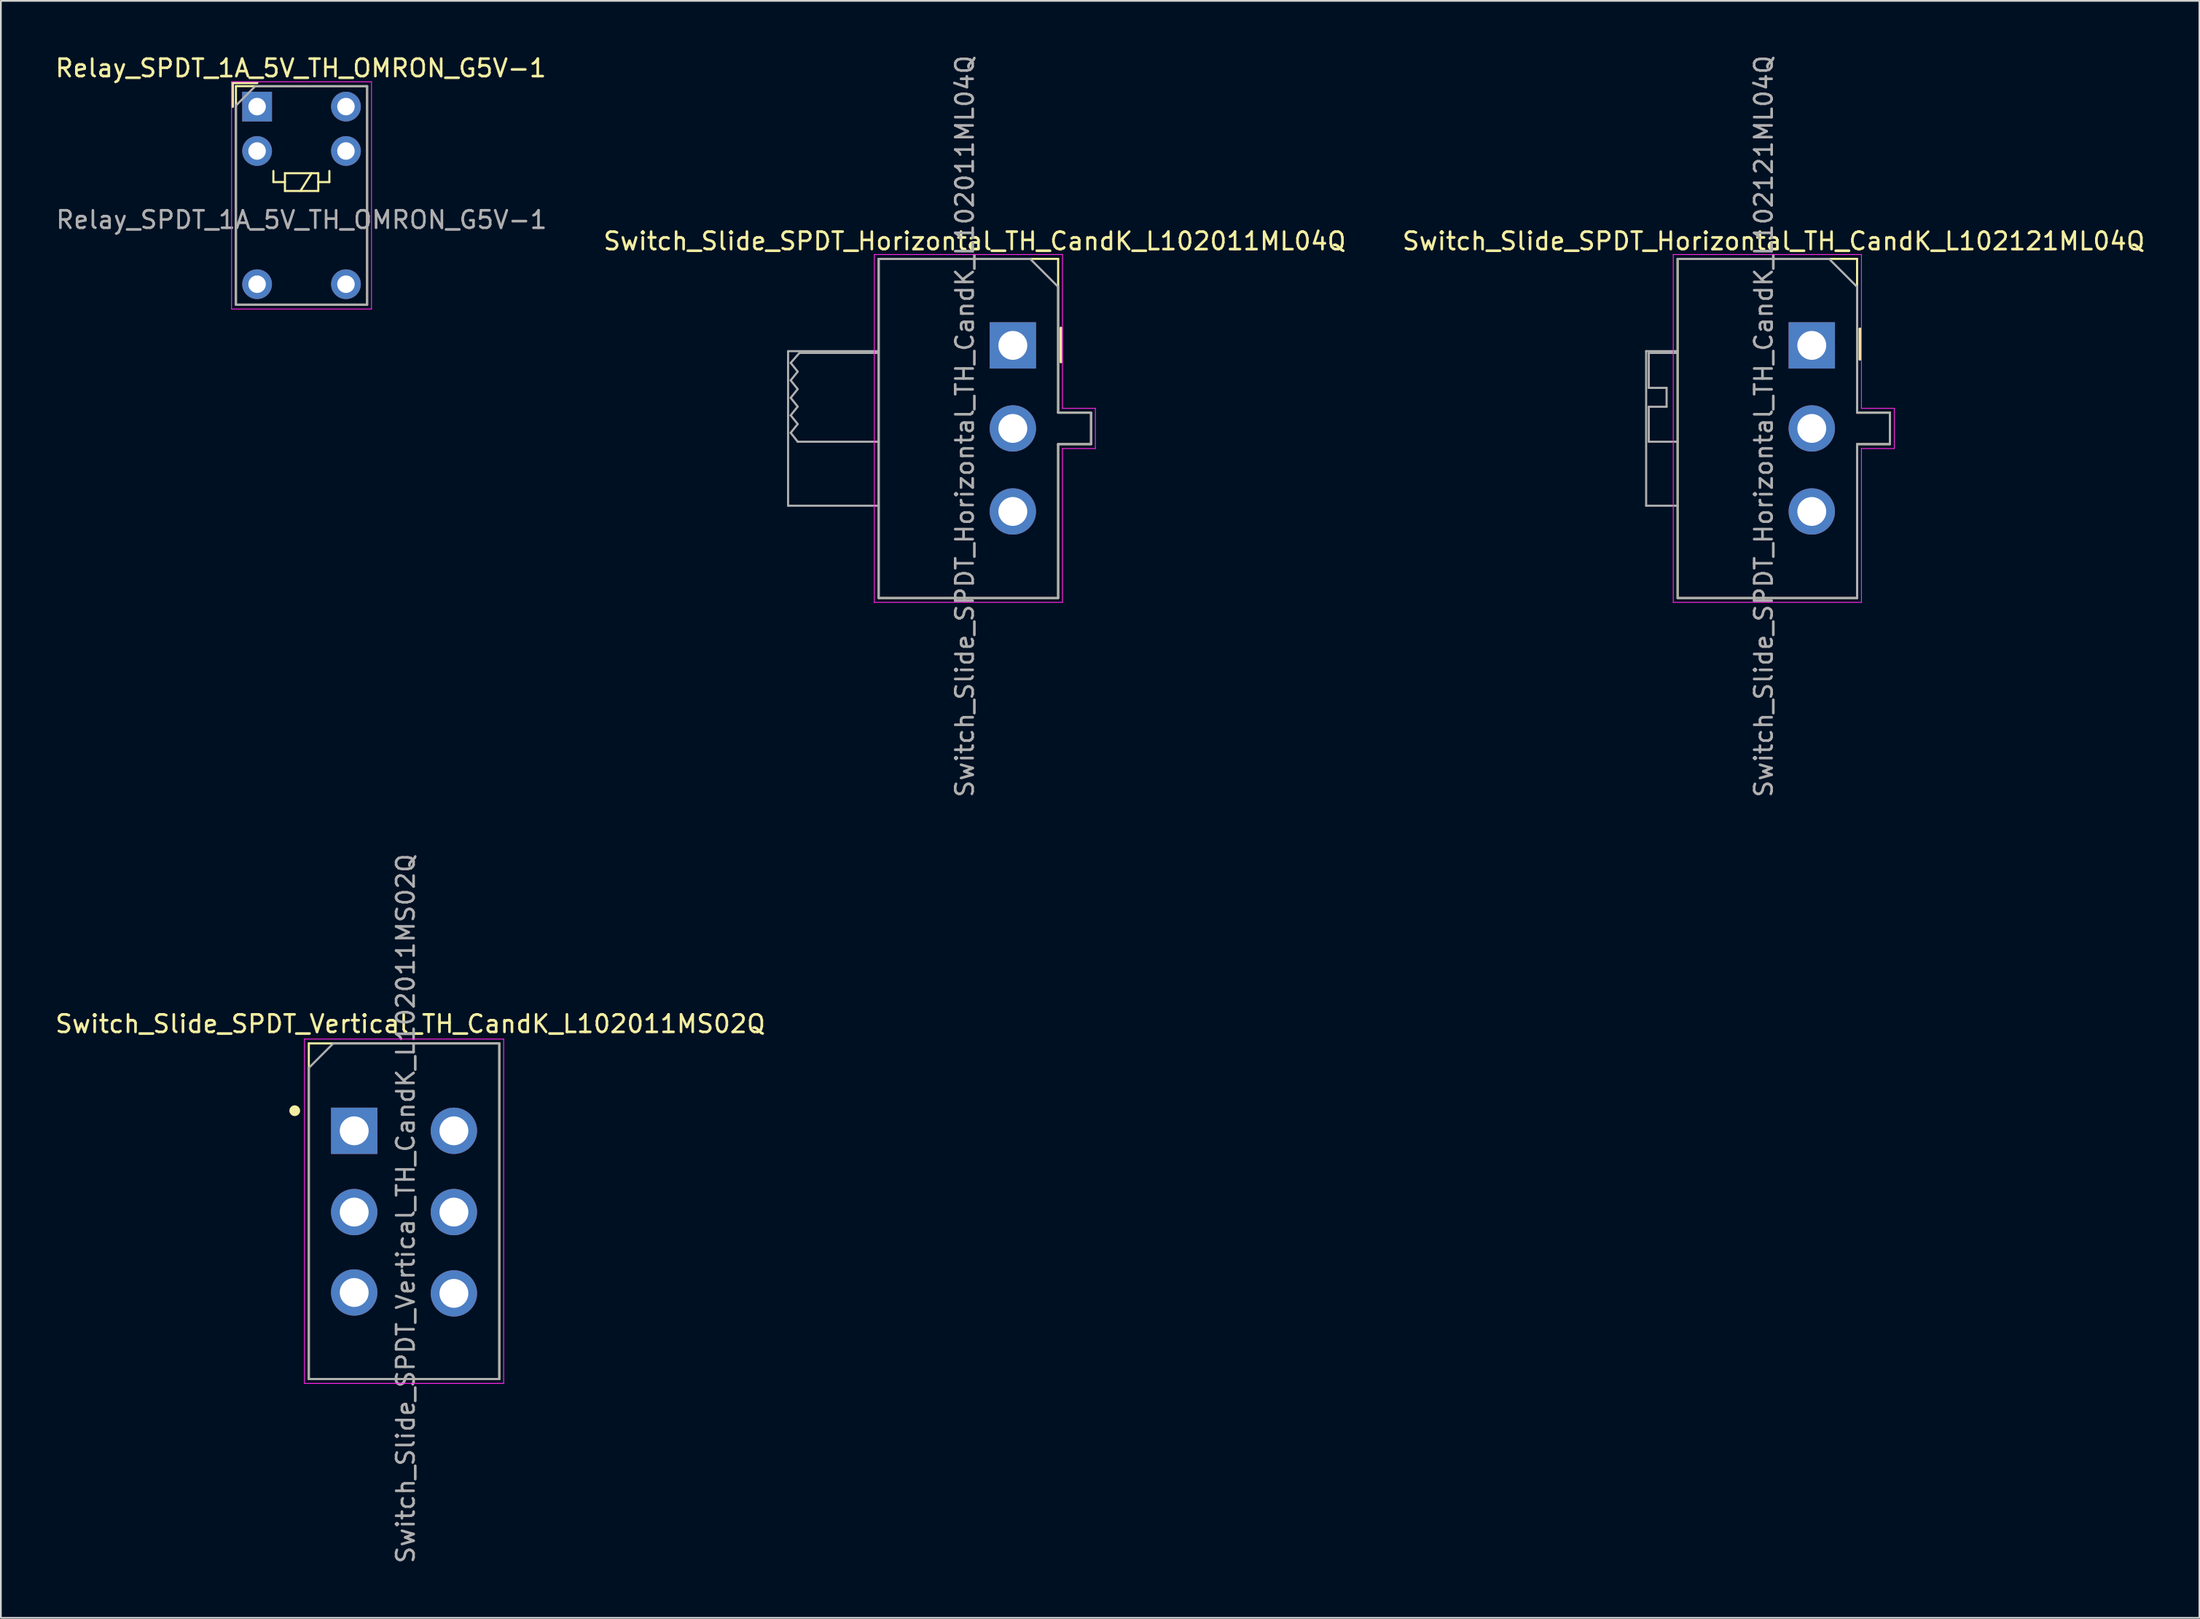
<source format=kicad_pcb>
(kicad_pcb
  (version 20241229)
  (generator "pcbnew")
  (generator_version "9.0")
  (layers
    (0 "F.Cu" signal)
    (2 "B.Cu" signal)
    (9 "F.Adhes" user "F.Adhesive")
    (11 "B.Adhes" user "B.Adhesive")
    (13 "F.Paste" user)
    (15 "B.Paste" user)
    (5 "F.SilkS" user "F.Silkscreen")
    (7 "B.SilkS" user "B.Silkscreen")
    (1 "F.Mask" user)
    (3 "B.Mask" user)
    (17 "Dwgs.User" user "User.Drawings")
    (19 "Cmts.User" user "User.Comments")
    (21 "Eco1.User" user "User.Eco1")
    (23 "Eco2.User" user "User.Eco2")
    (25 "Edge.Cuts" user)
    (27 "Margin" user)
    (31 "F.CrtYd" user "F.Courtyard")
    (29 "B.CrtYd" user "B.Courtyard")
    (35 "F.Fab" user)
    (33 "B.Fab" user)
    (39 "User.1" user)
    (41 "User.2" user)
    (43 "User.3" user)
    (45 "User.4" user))
  (footprint "Switch_Slide_SPDT_Horizontal_TH_CandK_L102121ML04Q"
    (layer "F.Cu")
    (at 100.535 16.709)
    (property "Reference" "Switch_Slide_SPDT_Horizontal_TH_CandK_L102121ML04Q" (at -2.18 -5.965 0) (unlocked yes) (layer "F.SilkS") (effects (font (size 1 1) (thickness 0.15))))
    (attr through_hole)
    (fp_line (start -7.67 -4.95) (end -7.67 14.45) (stroke (width 0.12) (type solid)) (layer "F.SilkS"))
    (fp_line (start -7.67 14.45) (end 2.59 14.45) (stroke (width 0.12) (type solid)) (layer "F.SilkS"))
    (fp_line (start 2.59 -4.95) (end -7.67 -4.95) (stroke (width 0.12) (type solid)) (layer "F.SilkS"))
    (fp_line (start 2.59 -4.95) (end 2.59 3.85) (stroke (width 0.12) (type solid)) (layer "F.SilkS"))
    (fp_line (start 2.59 3.85) (end 4.47 3.85) (stroke (width 0.12) (type solid)) (layer "F.SilkS"))
    (fp_line (start 2.59 5.65) (end 2.59 14.45) (stroke (width 0.12) (type solid)) (layer "F.SilkS"))
    (fp_line (start 2.59 5.65) (end 4.47 5.65) (stroke (width 0.12) (type solid)) (layer "F.SilkS"))
    (fp_line (start 2.75 -0.95) (end 2.75 0.8) (stroke (width 0.15) (type solid)) (layer "F.SilkS"))
    (fp_line (start 4.47 3.85) (end 4.47 5.65) (stroke (width 0.12) (type solid)) (layer "F.SilkS"))
    (fp_line (start -7.92 -5.2) (end 2.84 -5.2) (stroke (width 0.05) (type solid)) (layer "F.CrtYd"))
    (fp_line (start -7.92 14.7) (end -7.92 -5.2) (stroke (width 0.05) (type solid)) (layer "F.CrtYd"))
    (fp_line (start 2.84 -5.2) (end 2.84 3.6) (stroke (width 0.05) (type solid)) (layer "F.CrtYd"))
    (fp_line (start 2.84 3.6) (end 4.72 3.6) (stroke (width 0.05) (type solid)) (layer "F.CrtYd"))
    (fp_line (start 2.84 5.9) (end 2.84 14.7) (stroke (width 0.05) (type solid)) (layer "F.CrtYd"))
    (fp_line (start 2.84 14.7) (end -7.92 14.7) (stroke (width 0.05) (type solid)) (layer "F.CrtYd"))
    (fp_line (start 4.72 3.6) (end 4.72 5.9) (stroke (width 0.05) (type solid)) (layer "F.CrtYd"))
    (fp_line (start 4.72 5.9) (end 2.84 5.9) (stroke (width 0.05) (type solid)) (layer "F.CrtYd"))
    (fp_line (start -9.47 9.17) (end -9.47 0.33) (stroke (width 0.12) (type solid)) (layer "F.Fab"))
    (fp_line (start -9.32 0.43) (end -9.32 2.43) (stroke (width 0.12) (type solid)) (layer "F.Fab"))
    (fp_line (start -9.32 2.43) (end -8.3 2.43) (stroke (width 0.12) (type solid)) (layer "F.Fab"))
    (fp_line (start -9.32 3.51) (end -9.32 5.51) (stroke (width 0.12) (type solid)) (layer "F.Fab"))
    (fp_line (start -9.32 3.51) (end -8.3 3.51) (stroke (width 0.12) (type solid)) (layer "F.Fab"))
    (fp_line (start -8.3 3.51) (end -8.3 2.43) (stroke (width 0.12) (type solid)) (layer "F.Fab"))
    (fp_line (start -7.67 -4.95) (end 0.99 -4.95) (stroke (width 0.12) (type solid)) (layer "F.Fab"))
    (fp_line (start -7.67 0.33) (end -9.47 0.33) (stroke (width 0.12) (type solid)) (layer "F.Fab"))
    (fp_line (start -7.67 0.43) (end -9.32 0.43) (stroke (width 0.12) (type solid)) (layer "F.Fab"))
    (fp_line (start -7.67 5.51) (end -9.32 5.51) (stroke (width 0.12) (type solid)) (layer "F.Fab"))
    (fp_line (start -7.67 9.17) (end -9.47 9.17) (stroke (width 0.12) (type solid)) (layer "F.Fab"))
    (fp_line (start -7.67 14.45) (end -7.67 -4.95) (stroke (width 0.12) (type solid)) (layer "F.Fab"))
    (fp_line (start 0.99 -4.95) (end 2.59 -3.35) (stroke (width 0.12) (type solid)) (layer "F.Fab"))
    (fp_line (start 2.59 -3.35) (end 2.59 3.85) (stroke (width 0.12) (type solid)) (layer "F.Fab"))
    (fp_line (start 2.59 3.85) (end 4.47 3.85) (stroke (width 0.12) (type solid)) (layer "F.Fab"))
    (fp_line (start 2.59 5.65) (end 2.59 14.45) (stroke (width 0.12) (type solid)) (layer "F.Fab"))
    (fp_line (start 2.59 5.65) (end 4.47 5.65) (stroke (width 0.12) (type solid)) (layer "F.Fab"))
    (fp_line (start 2.59 14.45) (end -7.67 14.45) (stroke (width 0.12) (type solid)) (layer "F.Fab"))
    (fp_line (start 4.47 3.85) (end 4.47 5.65) (stroke (width 0.12) (type solid)) (layer "F.Fab"))
    (fp_text user "${REFERENCE}" (at -2.75 4.63 270) (layer "F.Fab") (effects (font (size 1 1) (thickness 0.15))))
    (pad "1" thru_hole rect (at 0 0) (size 2.65 2.65) (drill 1.65) (layers "*.Cu" "*.Mask"))
    (pad "2" thru_hole circle (at 0 4.75) (size 2.65 2.65) (drill 1.65) (layers "*.Cu" "*.Mask"))
    (pad "3" thru_hole circle (at 0 9.5) (size 2.65 2.65) (drill 1.65) (layers "*.Cu" "*.Mask")))
  (footprint "Switch_Slide_SPDT_Horizontal_TH_CandK_L102011ML04Q"
    (layer "F.Cu")
    (at 54.857 16.709)
    (property "Reference" "Switch_Slide_SPDT_Horizontal_TH_CandK_L102011ML04Q" (at -2.18 -5.965 0) (unlocked yes) (layer "F.SilkS") (effects (font (size 1 1) (thickness 0.15))))
    (attr through_hole)
    (fp_line (start -7.67 -4.95) (end -7.67 14.45) (stroke (width 0.12) (type solid)) (layer "F.SilkS"))
    (fp_line (start -7.67 14.45) (end 2.59 14.45) (stroke (width 0.12) (type solid)) (layer "F.SilkS"))
    (fp_line (start 2.59 -4.95) (end -7.67 -4.95) (stroke (width 0.12) (type solid)) (layer "F.SilkS"))
    (fp_line (start 2.59 -4.95) (end 2.59 3.85) (stroke (width 0.12) (type solid)) (layer "F.SilkS"))
    (fp_line (start 2.59 3.85) (end 4.47 3.85) (stroke (width 0.12) (type solid)) (layer "F.SilkS"))
    (fp_line (start 2.59 5.65) (end 2.59 14.45) (stroke (width 0.12) (type solid)) (layer "F.SilkS"))
    (fp_line (start 2.59 5.65) (end 4.47 5.65) (stroke (width 0.12) (type solid)) (layer "F.SilkS"))
    (fp_line (start 2.75 -1) (end 2.75 0.95) (stroke (width 0.15) (type solid)) (layer "F.SilkS"))
    (fp_line (start 4.47 3.85) (end 4.47 5.65) (stroke (width 0.12) (type solid)) (layer "F.SilkS"))
    (fp_line (start -7.92 -5.2) (end 2.84 -5.2) (stroke (width 0.05) (type solid)) (layer "F.CrtYd"))
    (fp_line (start -7.92 14.7) (end -7.92 -5.2) (stroke (width 0.05) (type solid)) (layer "F.CrtYd"))
    (fp_line (start 2.84 -5.2) (end 2.84 3.6) (stroke (width 0.05) (type solid)) (layer "F.CrtYd"))
    (fp_line (start 2.84 3.6) (end 4.72 3.6) (stroke (width 0.05) (type solid)) (layer "F.CrtYd"))
    (fp_line (start 2.84 5.9) (end 2.84 14.7) (stroke (width 0.05) (type solid)) (layer "F.CrtYd"))
    (fp_line (start 2.84 14.7) (end -7.92 14.7) (stroke (width 0.05) (type solid)) (layer "F.CrtYd"))
    (fp_line (start 4.72 3.6) (end 4.72 5.9) (stroke (width 0.05) (type solid)) (layer "F.CrtYd"))
    (fp_line (start 4.72 5.9) (end 2.84 5.9) (stroke (width 0.05) (type solid)) (layer "F.CrtYd"))
    (fp_line (start -12.85 9.17) (end -12.85 0.33) (stroke (width 0.12) (type solid)) (layer "F.Fab"))
    (fp_line (start -12.7 1) (end -12.3 1.5) (stroke (width 0.12) (type solid)) (layer "F.Fab"))
    (fp_line (start -12.7 1) (end -12.2 0.43) (stroke (width 0.12) (type solid)) (layer "F.Fab"))
    (fp_line (start -12.7 2) (end -12.3 1.5) (stroke (width 0.12) (type solid)) (layer "F.Fab"))
    (fp_line (start -12.7 2) (end -12.3 2.5) (stroke (width 0.12) (type solid)) (layer "F.Fab"))
    (fp_line (start -12.7 3) (end -12.3 2.5) (stroke (width 0.12) (type solid)) (layer "F.Fab"))
    (fp_line (start -12.7 3) (end -12.3 3.5) (stroke (width 0.12) (type solid)) (layer "F.Fab"))
    (fp_line (start -12.7 4) (end -12.3 3.5) (stroke (width 0.12) (type solid)) (layer "F.Fab"))
    (fp_line (start -12.7 4) (end -12.3 4.5) (stroke (width 0.12) (type solid)) (layer "F.Fab"))
    (fp_line (start -12.7 5) (end -12.3 4.5) (stroke (width 0.12) (type solid)) (layer "F.Fab"))
    (fp_line (start -12.7 5) (end -12.3 5.51) (stroke (width 0.12) (type solid)) (layer "F.Fab"))
    (fp_line (start -7.67 -4.95) (end 0.99 -4.95) (stroke (width 0.12) (type solid)) (layer "F.Fab"))
    (fp_line (start -7.67 0.33) (end -12.85 0.33) (stroke (width 0.12) (type solid)) (layer "F.Fab"))
    (fp_line (start -7.67 0.43) (end -12.2 0.43) (stroke (width 0.12) (type solid)) (layer "F.Fab"))
    (fp_line (start -7.67 5.51) (end -12.3 5.51) (stroke (width 0.12) (type solid)) (layer "F.Fab"))
    (fp_line (start -7.67 9.17) (end -12.85 9.17) (stroke (width 0.12) (type solid)) (layer "F.Fab"))
    (fp_line (start -7.67 14.45) (end -7.67 -4.95) (stroke (width 0.12) (type solid)) (layer "F.Fab"))
    (fp_line (start 0.99 -4.95) (end 2.59 -3.35) (stroke (width 0.12) (type solid)) (layer "F.Fab"))
    (fp_line (start 2.59 -3.35) (end 2.59 3.85) (stroke (width 0.12) (type solid)) (layer "F.Fab"))
    (fp_line (start 2.59 3.85) (end 4.47 3.85) (stroke (width 0.12) (type solid)) (layer "F.Fab"))
    (fp_line (start 2.59 5.65) (end 2.59 14.45) (stroke (width 0.12) (type solid)) (layer "F.Fab"))
    (fp_line (start 2.59 5.65) (end 4.47 5.65) (stroke (width 0.12) (type solid)) (layer "F.Fab"))
    (fp_line (start 2.59 14.45) (end -7.67 14.45) (stroke (width 0.12) (type solid)) (layer "F.Fab"))
    (fp_line (start 4.47 3.85) (end 4.47 5.65) (stroke (width 0.12) (type solid)) (layer "F.Fab"))
    (fp_text user "${REFERENCE}" (at -2.75 4.63 270) (layer "F.Fab") (effects (font (size 1 1) (thickness 0.15))))
    (pad "1" thru_hole rect (at 0 0) (size 2.65 2.65) (drill 1.65) (layers "*.Cu" "*.Mask"))
    (pad "2" thru_hole circle (at 0 4.75) (size 2.65 2.65) (drill 1.65) (layers "*.Cu" "*.Mask"))
    (pad "3" thru_hole circle (at 0 9.5) (size 2.65 2.65) (drill 1.65) (layers "*.Cu" "*.Mask")))
  (footprint "Switch_Slide_SPDT_Vertical_TH_CandK_L102011MS02Q"
    (layer "F.Cu")
    (at 17.201 61.639)
    (property "Reference" "Switch_Slide_SPDT_Vertical_TH_CandK_L102011MS02Q" (at 3.21 -6.115 0) (layer "F.SilkS") (effects (font (size 1 1) (thickness 0.15))))
    (attr through_hole)
    (fp_line (start -2.595 -5) (end -2.595 14.2) (stroke (width 0.12) (type solid)) (layer "F.SilkS"))
    (fp_line (start -2.595 14.2) (end 8.295 14.2) (stroke (width 0.12) (type solid)) (layer "F.SilkS"))
    (fp_line (start 8.295 -5) (end -2.595 -5) (stroke (width 0.12) (type solid)) (layer "F.SilkS"))
    (fp_line (start 8.295 14.2) (end 8.295 -5) (stroke (width 0.12) (type solid)) (layer "F.SilkS"))
    (fp_circle (center -3.4 -1.15) (end -3.242 -1.15) (stroke (width 0.3) (type solid)) (fill no) (layer "F.SilkS"))
    (fp_line (start -2.845 -5.25) (end 8.545 -5.25) (stroke (width 0.05) (type solid)) (layer "F.CrtYd"))
    (fp_line (start -2.845 14.45) (end -2.845 -5.25) (stroke (width 0.05) (type solid)) (layer "F.CrtYd"))
    (fp_line (start 8.545 -5.25) (end 8.545 14.45) (stroke (width 0.05) (type solid)) (layer "F.CrtYd"))
    (fp_line (start 8.545 14.45) (end -2.845 14.45) (stroke (width 0.05) (type solid)) (layer "F.CrtYd"))
    (fp_line (start -2.595 -3.6) (end -2.595 14.2) (stroke (width 0.12) (type solid)) (layer "F.Fab"))
    (fp_line (start -2.595 -3.6) (end -1.195 -5) (stroke (width 0.12) (type solid)) (layer "F.Fab"))
    (fp_line (start -2.595 14.2) (end 8.295 14.2) (stroke (width 0.12) (type solid)) (layer "F.Fab"))
    (fp_line (start 8.295 -5) (end -1.195 -5) (stroke (width 0.12) (type solid)) (layer "F.Fab"))
    (fp_line (start 8.295 14.2) (end 8.295 -5) (stroke (width 0.12) (type solid)) (layer "F.Fab"))
    (fp_text user "${REFERENCE}" (at 2.94 4.45 270) (layer "F.Fab") (effects (font (size 1 1) (thickness 0.15))))
    (pad "1" thru_hole rect (at 0 0) (size 2.65 2.65) (drill 1.65) (layers "*.Cu" "*.Mask"))
    (pad "2" thru_hole circle (at 0 4.65) (size 2.65 2.65) (drill 1.65) (layers "*.Cu" "*.Mask"))
    (pad "3" thru_hole circle (at 0 9.25) (size 2.65 2.65) (drill 1.65) (layers "*.Cu" "*.Mask"))
    (pad "4" thru_hole circle (at 5.7 0) (size 2.65 2.65) (drill 1.65) (layers "*.Cu" "*.Mask"))
    (pad "5" thru_hole circle (at 5.7 4.65) (size 2.65 2.65) (drill 1.65) (layers "*.Cu" "*.Mask"))
    (pad "6" thru_hole circle (at 5.7 9.3) (size 2.65 2.65) (drill 1.65) (layers "*.Cu" "*.Mask")))
  (footprint "Relay_SPDT_1A_5V_TH_OMRON_G5V-1"
    (layer "F.Cu")
    (at 11.649 3.048)
    (property "Reference" "Relay_SPDT_1A_5V_TH_OMRON_G5V-1" (at 2.5 -2.2 0) (unlocked yes) (layer "F.SilkS") (effects (font (size 1 1) (thickness 0.15))))
    (attr through_hole)
    (fp_line (start -1.4 0) (end -1.4 -1.36) (stroke (width 0.15) (type solid)) (layer "F.SilkS"))
    (fp_line (start -1.21 -1.17) (end 6.29 -1.17) (stroke (width 0.12) (type solid)) (layer "F.SilkS"))
    (fp_line (start -1.21 11.33) (end -1.21 -1.17) (stroke (width 0.12) (type solid)) (layer "F.SilkS"))
    (fp_line (start 0 -1.36) (end -1.4 -1.36) (stroke (width 0.15) (type solid)) (layer "F.SilkS"))
    (fp_line (start 0.932 3.683) (end 0.932 4.318) (stroke (width 0.12) (type solid)) (layer "F.SilkS"))
    (fp_line (start 0.932 4.318) (end 1.592 4.318) (stroke (width 0.12) (type solid)) (layer "F.SilkS"))
    (fp_line (start 1.592 3.81) (end 1.592 4.826) (stroke (width 0.12) (type solid)) (layer "F.SilkS"))
    (fp_line (start 1.592 4.826) (end 3.497 4.826) (stroke (width 0.12) (type solid)) (layer "F.SilkS"))
    (fp_line (start 3.116 3.81) (end 2.481 4.826) (stroke (width 0.12) (type solid)) (layer "F.SilkS"))
    (fp_line (start 3.497 3.81) (end 1.592 3.81) (stroke (width 0.12) (type solid)) (layer "F.SilkS"))
    (fp_line (start 3.497 3.81) (end 3.497 4.826) (stroke (width 0.12) (type solid)) (layer "F.SilkS"))
    (fp_line (start 4.132 3.683) (end 4.132 4.318) (stroke (width 0.12) (type solid)) (layer "F.SilkS"))
    (fp_line (start 4.132 4.318) (end 3.497 4.318) (stroke (width 0.12) (type solid)) (layer "F.SilkS"))
    (fp_line (start 6.29 -1.17) (end 6.29 11.33) (stroke (width 0.12) (type solid)) (layer "F.SilkS"))
    (fp_line (start 6.29 11.33) (end -1.21 11.33) (stroke (width 0.12) (type solid)) (layer "F.SilkS"))
    (fp_line (start -1.46 11.58) (end -1.46 -1.42) (stroke (width 0.05) (type solid)) (layer "F.CrtYd"))
    (fp_line (start -1.46 11.58) (end 6.54 11.58) (stroke (width 0.05) (type solid)) (layer "F.CrtYd"))
    (fp_line (start 6.54 -1.42) (end -1.46 -1.42) (stroke (width 0.05) (type solid)) (layer "F.CrtYd"))
    (fp_line (start 6.54 -1.42) (end 6.54 11.58) (stroke (width 0.05) (type solid)) (layer "F.CrtYd"))
    (fp_line (start -1.21 -0.06) (end -0.1 -1.17) (stroke (width 0.12) (type solid)) (layer "F.Fab"))
    (fp_line (start -1.21 11.33) (end -1.21 -0.06) (stroke (width 0.12) (type solid)) (layer "F.Fab"))
    (fp_line (start -0.1 -1.17) (end 6.29 -1.17) (stroke (width 0.12) (type solid)) (layer "F.Fab"))
    (fp_line (start 6.29 -1.17) (end 6.29 11.33) (stroke (width 0.12) (type solid)) (layer "F.Fab"))
    (fp_line (start 6.29 11.33) (end -1.21 11.33) (stroke (width 0.12) (type solid)) (layer "F.Fab"))
    (fp_text user "${REFERENCE}" (at 2.54 6.477 0) (layer "F.Fab") (effects (font (size 1 1) (thickness 0.15))))
    (pad "1" thru_hole rect (at 0 0) (size 1.7 1.7) (drill 1) (layers "*.Cu" "*.Mask"))
    (pad "2" thru_hole circle (at 0 2.54) (size 1.7 1.7) (drill 1) (layers "*.Cu" "*.Mask"))
    (pad "5" thru_hole circle (at 0 10.16) (size 1.7 1.7) (drill 1) (layers "*.Cu" "*.Mask"))
    (pad "6" thru_hole circle (at 5.08 10.16) (size 1.7 1.7) (drill 1) (layers "*.Cu" "*.Mask"))
    (pad "9" thru_hole circle (at 5.08 2.54) (size 1.7 1.7) (drill 1) (layers "*.Cu" "*.Mask"))
    (pad "10" thru_hole circle (at 5.08 0) (size 1.7 1.7) (drill 1) (layers "*.Cu" "*.Mask")))
  (gr_rect
    (start -3 -3)
    (end 122.695 89.5)
    (stroke (width 0.1) (type default))
    (fill no)
    (layer "Edge.Cuts")))
</source>
